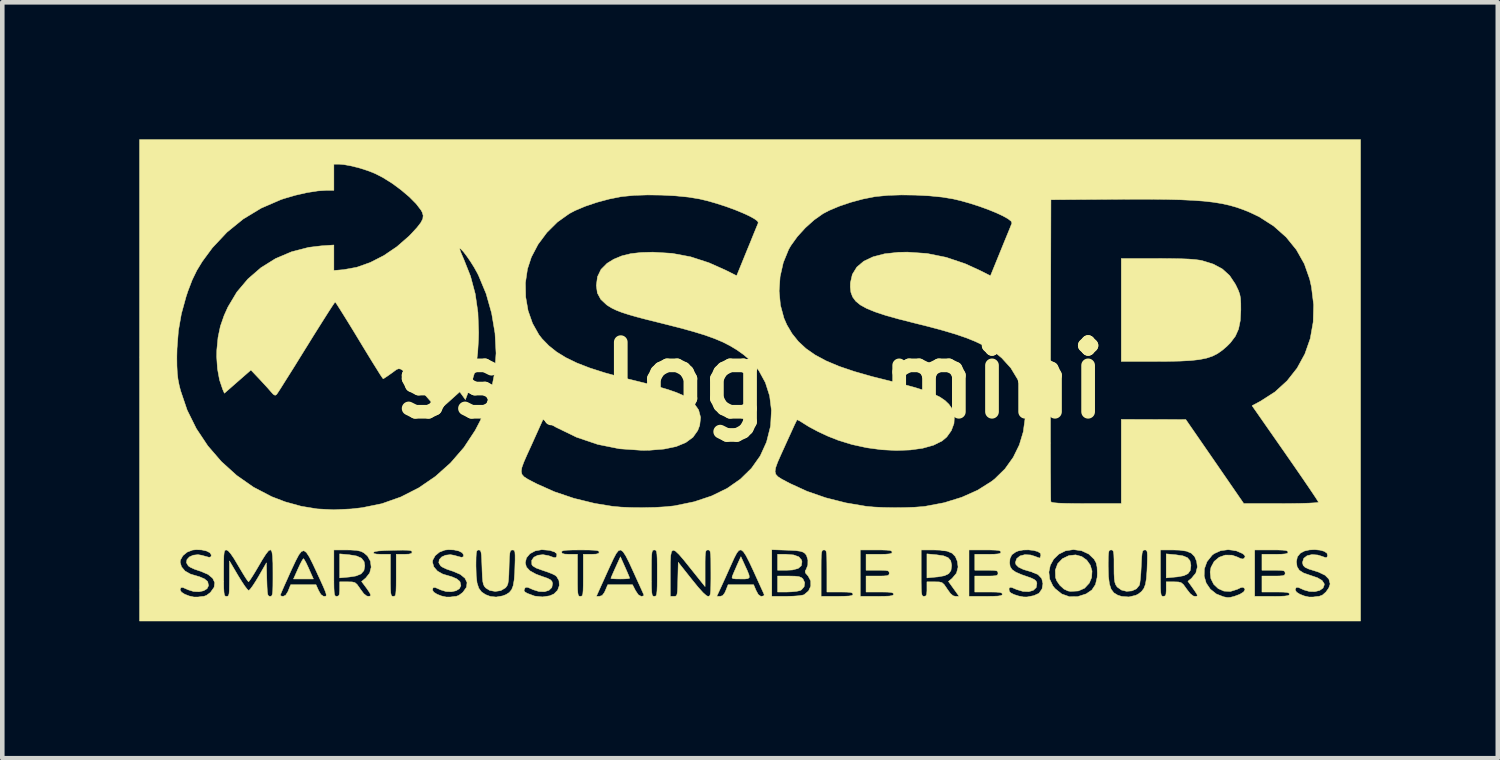
<source format=kicad_pcb>
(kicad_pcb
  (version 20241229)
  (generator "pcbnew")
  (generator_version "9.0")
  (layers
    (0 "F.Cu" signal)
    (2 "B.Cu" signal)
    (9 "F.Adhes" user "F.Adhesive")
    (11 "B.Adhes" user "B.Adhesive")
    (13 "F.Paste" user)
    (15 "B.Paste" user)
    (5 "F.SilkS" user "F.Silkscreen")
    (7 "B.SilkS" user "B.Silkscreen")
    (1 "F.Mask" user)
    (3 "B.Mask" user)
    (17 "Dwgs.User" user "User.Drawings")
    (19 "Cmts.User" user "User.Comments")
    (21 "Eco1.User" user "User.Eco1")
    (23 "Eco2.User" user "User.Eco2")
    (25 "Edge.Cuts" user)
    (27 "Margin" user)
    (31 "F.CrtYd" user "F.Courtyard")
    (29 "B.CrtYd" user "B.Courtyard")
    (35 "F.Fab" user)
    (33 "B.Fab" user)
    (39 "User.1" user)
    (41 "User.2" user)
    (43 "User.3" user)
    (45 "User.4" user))
  (footprint "ssr_logo_mini"
    (layer "F.Cu")
    (at 13.372 5.276)
    (property "Reference" "ssr_logo_mini" (at 0 0 0) (layer "F.SilkS") (effects (font (size 1.524 1.524) (thickness 0.3))))
    (attr through_hole)
    (fp_poly (pts (xy -9.756 3.932) (xy -9.717 4.003) (xy -9.669 4.105) (xy -9.659 4.128) (xy -9.56 4.35) (xy -9.996 4.35) (xy -9.897 4.128) (xy -9.848 4.022) (xy -9.806 3.943) (xy -9.78 3.906) (xy -9.778 3.905) (xy -9.756 3.932)) (stroke (width 0.01) (type solid)) (fill yes) (layer "F.SilkS"))
    (fp_poly (pts (xy -8.772 3.821) (xy -8.612 3.848) (xy -8.507 3.896) (xy -8.45 3.971) (xy -8.435 4.064) (xy -8.454 4.166) (xy -8.516 4.238) (xy -8.626 4.284) (xy -8.772 4.307) (xy -8.985 4.327) (xy -8.985 3.801) (xy -8.772 3.821)) (stroke (width 0.01) (type solid)) (fill yes) (layer "F.SilkS"))
    (fp_poly (pts (xy 0.786 3.81) (xy 0.954 3.824) (xy 1.067 3.865) (xy 1.127 3.934) (xy 1.137 3.974) (xy 1.122 4.061) (xy 1.053 4.12) (xy 0.927 4.153) (xy 0.803 4.159) (xy 0.603 4.159) (xy 0.603 3.81) (xy 0.786 3.81)) (stroke (width 0.01) (type solid)) (fill yes) (layer "F.SilkS"))
    (fp_poly (pts (xy 4.084 3.821) (xy 4.238 3.844) (xy 4.338 3.885) (xy 4.394 3.95) (xy 4.413 4.046) (xy 4.413 4.064) (xy 4.399 4.165) (xy 4.35 4.234) (xy 4.257 4.279) (xy 4.112 4.305) (xy 4.084 4.307) (xy 3.873 4.327) (xy 3.873 3.801) (xy 4.084 3.821)) (stroke (width 0.01) (type solid)) (fill yes) (layer "F.SilkS"))
    (fp_poly (pts (xy 9.323 3.821) (xy 9.477 3.844) (xy 9.577 3.885) (xy 9.632 3.95) (xy 9.652 4.046) (xy 9.652 4.064) (xy 9.638 4.165) (xy 9.588 4.234) (xy 9.496 4.279) (xy 9.351 4.305) (xy 9.323 4.307) (xy 9.112 4.327) (xy 9.112 3.801) (xy 9.323 3.821)) (stroke (width 0.01) (type solid)) (fill yes) (layer "F.SilkS"))
    (fp_poly (pts (xy 0.985 4.289) (xy 1.071 4.299) (xy 1.125 4.32) (xy 1.158 4.348) (xy 1.197 4.432) (xy 1.184 4.52) (xy 1.124 4.589) (xy 1.092 4.605) (xy 1.018 4.621) (xy 0.907 4.632) (xy 0.808 4.636) (xy 0.603 4.636) (xy 0.603 4.286) (xy 0.852 4.286) (xy 0.985 4.289)) (stroke (width 0.01) (type solid)) (fill yes) (layer "F.SilkS"))
    (fp_poly (pts (xy -2.737 4.092) (xy -2.689 4.201) (xy -2.653 4.285) (xy -2.636 4.331) (xy -2.635 4.334) (xy -2.664 4.342) (xy -2.74 4.348) (xy -2.842 4.35) (xy -2.947 4.348) (xy -3.021 4.344) (xy -3.048 4.338) (xy -3.036 4.306) (xy -3.003 4.23) (xy -2.957 4.126) (xy -2.943 4.096) (xy -2.838 3.865) (xy -2.737 4.092)) (stroke (width 0.01) (type solid)) (fill yes) (layer "F.SilkS"))
    (fp_poly (pts (xy -0.119 4.04) (xy -0.056 4.177) (xy -0.021 4.267) (xy -0.017 4.318) (xy -0.046 4.342) (xy -0.111 4.35) (xy -0.203 4.35) (xy -0.314 4.349) (xy -0.374 4.342) (xy -0.394 4.325) (xy -0.389 4.293) (xy -0.383 4.278) (xy -0.355 4.21) (xy -0.311 4.11) (xy -0.278 4.034) (xy -0.2 3.862) (xy -0.119 4.04)) (stroke (width 0.01) (type solid)) (fill yes) (layer "F.SilkS"))
    (fp_poly (pts (xy 7.262 3.859) (xy 7.371 3.937) (xy 7.449 4.047) (xy 7.488 4.177) (xy 7.479 4.318) (xy 7.429 4.439) (xy 7.325 4.552) (xy 7.188 4.613) (xy 7.02 4.622) (xy 6.961 4.613) (xy 6.873 4.571) (xy 6.784 4.49) (xy 6.715 4.391) (xy 6.689 4.32) (xy 6.684 4.156) (xy 6.736 4.015) (xy 6.84 3.906) (xy 6.98 3.839) (xy 7.129 3.823) (xy 7.262 3.859)) (stroke (width 0.01) (type solid)) (fill yes) (layer "F.SilkS"))
    (fp_poly (pts (xy 8.914 -2.667) (xy 9.197 -2.665) (xy 9.425 -2.661) (xy 9.605 -2.654) (xy 9.744 -2.643) (xy 9.851 -2.629) (xy 9.9 -2.619) (xy 10.147 -2.542) (xy 10.344 -2.435) (xy 10.501 -2.292) (xy 10.624 -2.107) (xy 10.643 -2.07) (xy 10.692 -1.967) (xy 10.722 -1.883) (xy 10.739 -1.796) (xy 10.745 -1.687) (xy 10.746 -1.54) (xy 10.734 -1.309) (xy 10.696 -1.122) (xy 10.626 -0.965) (xy 10.518 -0.822) (xy 10.443 -0.746) (xy 10.339 -0.657) (xy 10.235 -0.584) (xy 10.122 -0.527) (xy 9.992 -0.484) (xy 9.837 -0.453) (xy 9.648 -0.432) (xy 9.418 -0.42) (xy 9.139 -0.414) (xy 8.904 -0.413) (xy 8.128 -0.413) (xy 8.128 -2.667) (xy 8.914 -2.667)) (stroke (width 0.01) (type solid)) (fill yes) (layer "F.SilkS"))
    (fp_poly (pts (xy 13.367 5.271) (xy -13.367 5.271) (xy -13.367 3.982) (xy -12.478 3.982) (xy -12.448 4.085) (xy -12.37 4.177) (xy -12.255 4.242) (xy -12.214 4.255) (xy -12.053 4.302) (xy -11.946 4.348) (xy -11.885 4.398) (xy -11.873 4.415) (xy -11.856 4.497) (xy -11.889 4.563) (xy -11.962 4.608) (xy -12.063 4.63) (xy -12.181 4.625) (xy -12.304 4.587) (xy -12.327 4.576) (xy -12.415 4.538) (xy -12.461 4.539) (xy -12.477 4.579) (xy -12.478 4.592) (xy -12.449 4.639) (xy -12.377 4.685) (xy -12.279 4.723) (xy -12.175 4.746) (xy -12.084 4.745) (xy -12.081 4.745) (xy -11.997 4.733) (xy -11.959 4.731) (xy -11.901 4.71) (xy -11.828 4.656) (xy -11.809 4.638) (xy -11.734 4.532) (xy -11.72 4.429) (xy -11.766 4.334) (xy -11.867 4.25) (xy -11.931 4.223) (xy -11.525 4.223) (xy -11.525 4.413) (xy -11.523 4.548) (xy -11.518 4.639) (xy -11.51 4.693) (xy -11.497 4.72) (xy -11.478 4.73) (xy -11.462 4.731) (xy -11.435 4.727) (xy -11.417 4.709) (xy -11.406 4.666) (xy -11.401 4.588) (xy -11.399 4.465) (xy -11.398 4.344) (xy -11.398 3.956) (xy -11.207 4.28) (xy -11.129 4.406) (xy -11.06 4.51) (xy -11.006 4.579) (xy -10.977 4.604) (xy -10.946 4.577) (xy -10.893 4.507) (xy -10.825 4.403) (xy -10.763 4.3) (xy -10.589 3.997) (xy -10.58 4.364) (xy -10.575 4.521) (xy -10.569 4.626) (xy -10.56 4.689) (xy -10.544 4.72) (xy -10.522 4.73) (xy -10.508 4.731) (xy -10.485 4.728) (xy -10.468 4.712) (xy -10.467 4.707) (xy -10.285 4.707) (xy -10.26 4.726) (xy -10.223 4.731) (xy -10.168 4.706) (xy -10.118 4.627) (xy -10.109 4.604) (xy -10.058 4.477) (xy -9.503 4.477) (xy -9.446 4.604) (xy -9.396 4.691) (xy -9.342 4.728) (xy -9.316 4.731) (xy -9.291 4.728) (xy -9.279 4.714) (xy -9.281 4.68) (xy -9.301 4.62) (xy -9.341 4.524) (xy -9.403 4.386) (xy -9.475 4.231) (xy -9.478 4.223) (xy -9.112 4.223) (xy -9.112 4.413) (xy -9.11 4.548) (xy -9.105 4.639) (xy -9.097 4.693) (xy -9.084 4.72) (xy -9.065 4.73) (xy -9.049 4.731) (xy -9.011 4.722) (xy -8.992 4.687) (xy -8.986 4.609) (xy -8.985 4.572) (xy -8.985 4.413) (xy -8.811 4.413) (xy -8.713 4.415) (xy -8.651 4.43) (xy -8.604 4.47) (xy -8.548 4.548) (xy -8.533 4.571) (xy -8.457 4.673) (xy -8.393 4.723) (xy -8.357 4.73) (xy -8.316 4.725) (xy -8.306 4.701) (xy -8.329 4.65) (xy -8.388 4.563) (xy -8.425 4.513) (xy -8.505 4.406) (xy -8.413 4.328) (xy -8.328 4.22) (xy -8.295 4.093) (xy -8.311 3.962) (xy -8.376 3.846) (xy -8.459 3.775) (xy -8.468 3.77) (xy -8.247 3.77) (xy -8.235 3.794) (xy -8.175 3.806) (xy -8.067 3.81) (xy -7.874 3.81) (xy -7.874 4.27) (xy -7.874 4.45) (xy -7.871 4.575) (xy -7.866 4.657) (xy -7.856 4.703) (xy -7.841 4.725) (xy -7.818 4.731) (xy -7.811 4.731) (xy -7.786 4.728) (xy -7.768 4.712) (xy -7.757 4.673) (xy -7.751 4.603) (xy -7.748 4.491) (xy -7.747 4.328) (xy -7.747 4.27) (xy -7.747 3.982) (xy -6.953 3.982) (xy -6.924 4.085) (xy -6.845 4.177) (xy -6.731 4.242) (xy -6.69 4.255) (xy -6.528 4.302) (xy -6.422 4.348) (xy -6.361 4.398) (xy -6.349 4.415) (xy -6.331 4.497) (xy -6.364 4.563) (xy -6.437 4.608) (xy -6.538 4.63) (xy -6.656 4.625) (xy -6.78 4.587) (xy -6.802 4.576) (xy -6.89 4.538) (xy -6.937 4.539) (xy -6.953 4.579) (xy -6.953 4.592) (xy -6.925 4.639) (xy -6.852 4.685) (xy -6.755 4.723) (xy -6.651 4.746) (xy -6.56 4.745) (xy -6.556 4.745) (xy -6.472 4.733) (xy -6.435 4.731) (xy -6.377 4.71) (xy -6.304 4.656) (xy -6.284 4.638) (xy -6.209 4.532) (xy -6.196 4.429) (xy -6.241 4.334) (xy -6.343 4.25) (xy -6.499 4.183) (xy -6.529 4.174) (xy -6.64 4.136) (xy -6.732 4.093) (xy -6.77 4.067) (xy -6.001 4.067) (xy -5.995 4.279) (xy -5.977 4.437) (xy -5.939 4.553) (xy -5.879 4.634) (xy -5.791 4.693) (xy -5.685 4.733) (xy -5.559 4.746) (xy -5.418 4.721) (xy -5.342 4.692) (xy -5.272 4.647) (xy -5.231 4.598) (xy -4.95 4.598) (xy -4.929 4.634) (xy -4.878 4.665) (xy -4.716 4.725) (xy -4.544 4.743) (xy -4.385 4.719) (xy -4.293 4.678) (xy -4.213 4.597) (xy -4.176 4.494) (xy -4.183 4.387) (xy -4.234 4.297) (xy -4.267 4.27) (xy -4.331 4.238) (xy -4.434 4.198) (xy -4.547 4.16) (xy -4.681 4.111) (xy -4.758 4.064) (xy -4.778 4.033) (xy -4.78 3.943) (xy -4.732 3.874) (xy -4.646 3.831) (xy -4.533 3.818) (xy -4.405 3.842) (xy -4.378 3.852) (xy -4.297 3.881) (xy -4.255 3.883) (xy -4.235 3.86) (xy -4.233 3.854) (xy -4.23 3.8) (xy -4.272 3.762) (xy -4.128 3.762) (xy -4.112 3.791) (xy -4.057 3.806) (xy -3.953 3.81) (xy -3.778 3.81) (xy -3.778 4.27) (xy -3.778 4.45) (xy -3.776 4.575) (xy -3.77 4.657) (xy -3.761 4.703) (xy -3.745 4.725) (xy -3.723 4.731) (xy -3.715 4.731) (xy -3.365 4.731) (xy -3.294 4.73) (xy -3.237 4.711) (xy -3.189 4.646) (xy -3.169 4.603) (xy -3.116 4.477) (xy -2.573 4.477) (xy -2.508 4.604) (xy -2.446 4.697) (xy -2.383 4.731) (xy -2.378 4.731) (xy -2.33 4.72) (xy -2.323 4.703) (xy -2.339 4.667) (xy -2.377 4.582) (xy -2.432 4.461) (xy -2.5 4.312) (xy -2.54 4.223) (xy -2.159 4.223) (xy -2.159 4.413) (xy -2.157 4.548) (xy -2.152 4.639) (xy -2.144 4.693) (xy -2.131 4.72) (xy -2.111 4.73) (xy -2.095 4.731) (xy -2.072 4.728) (xy -2.055 4.713) (xy -2.044 4.677) (xy -2.037 4.61) (xy -2.033 4.504) (xy -2.032 4.35) (xy -2.032 4.223) (xy -1.746 4.223) (xy -1.746 4.731) (xy -1.668 4.731) (xy -1.635 4.729) (xy -1.612 4.716) (xy -1.598 4.683) (xy -1.589 4.617) (xy -1.584 4.508) (xy -1.581 4.358) (xy -1.572 3.986) (xy -1.277 4.358) (xy -1.136 4.531) (xy -1.029 4.65) (xy -0.954 4.716) (xy -0.92 4.731) (xy -0.729 4.731) (xy -0.655 4.731) (xy -0.599 4.715) (xy -0.555 4.657) (xy -0.531 4.604) (xy -0.481 4.477) (xy -0.201 4.477) (xy 0.079 4.477) (xy 0.133 4.604) (xy 0.181 4.692) (xy 0.233 4.728) (xy 0.255 4.731) (xy 0.476 4.731) (xy 0.796 4.731) (xy 0.947 4.727) (xy 1.074 4.717) (xy 1.162 4.702) (xy 1.185 4.694) (xy 1.281 4.612) (xy 1.33 4.506) (xy 1.328 4.392) (xy 1.272 4.286) (xy 1.26 4.273) (xy 1.217 4.223) (xy 1.556 4.223) (xy 1.556 4.731) (xy 1.905 4.731) (xy 2.061 4.729) (xy 2.164 4.724) (xy 2.224 4.714) (xy 2.25 4.698) (xy 2.254 4.683) (xy 2.243 4.66) (xy 2.202 4.645) (xy 2.121 4.638) (xy 1.989 4.636) (xy 1.968 4.636) (xy 1.683 4.636) (xy 1.683 4.175) (xy 1.682 3.996) (xy 1.68 3.87) (xy 1.675 3.789) (xy 1.665 3.742) (xy 1.65 3.721) (xy 1.627 3.715) (xy 1.619 3.715) (xy 2.413 3.715) (xy 2.413 4.731) (xy 2.778 4.731) (xy 2.938 4.729) (xy 3.045 4.725) (xy 3.108 4.715) (xy 3.138 4.7) (xy 3.143 4.683) (xy 3.132 4.66) (xy 3.093 4.646) (xy 3.014 4.638) (xy 2.885 4.636) (xy 2.842 4.636) (xy 2.54 4.636) (xy 2.54 4.286) (xy 2.794 4.286) (xy 2.921 4.285) (xy 2.996 4.279) (xy 3.034 4.265) (xy 3.047 4.239) (xy 3.048 4.223) (xy 3.747 4.223) (xy 3.747 4.413) (xy 3.749 4.548) (xy 3.753 4.639) (xy 3.762 4.693) (xy 3.775 4.72) (xy 3.794 4.73) (xy 3.81 4.731) (xy 3.848 4.722) (xy 3.867 4.687) (xy 3.873 4.609) (xy 3.873 4.572) (xy 3.873 4.413) (xy 4.045 4.413) (xy 4.141 4.415) (xy 4.202 4.43) (xy 4.249 4.471) (xy 4.304 4.55) (xy 4.318 4.572) (xy 4.388 4.669) (xy 4.446 4.718) (xy 4.499 4.731) (xy 4.578 4.731) (xy 4.461 4.568) (xy 4.344 4.405) (xy 4.425 4.337) (xy 4.52 4.224) (xy 4.555 4.09) (xy 4.539 3.964) (xy 4.495 3.859) (xy 4.424 3.786) (xy 4.315 3.741) (xy 4.16 3.719) (xy 4.024 3.715) (xy 3.747 3.715) (xy 4.794 3.715) (xy 4.794 4.731) (xy 5.159 4.731) (xy 5.32 4.729) (xy 5.426 4.725) (xy 5.49 4.715) (xy 5.519 4.7) (xy 5.524 4.683) (xy 5.514 4.66) (xy 5.474 4.646) (xy 5.395 4.638) (xy 5.267 4.636) (xy 5.223 4.636) (xy 4.921 4.636) (xy 4.921 4.563) (xy 5.669 4.563) (xy 5.677 4.62) (xy 5.707 4.654) (xy 5.78 4.691) (xy 5.884 4.724) (xy 5.989 4.744) (xy 6.064 4.745) (xy 6.128 4.732) (xy 6.215 4.715) (xy 6.215 4.715) (xy 6.326 4.664) (xy 6.393 4.569) (xy 6.413 4.454) (xy 6.386 4.339) (xy 6.304 4.253) (xy 6.175 4.199) (xy 6.543 4.199) (xy 6.56 4.353) (xy 6.63 4.501) (xy 6.677 4.56) (xy 6.825 4.679) (xy 6.992 4.738) (xy 7.174 4.736) (xy 7.359 4.677) (xy 7.484 4.592) (xy 7.563 4.473) (xy 7.6 4.314) (xy 7.604 4.223) (xy 7.598 4.091) (xy 7.596 4.081) (xy 7.842 4.081) (xy 7.848 4.296) (xy 7.868 4.457) (xy 7.905 4.573) (xy 7.965 4.653) (xy 8.05 4.705) (xy 8.136 4.732) (xy 8.295 4.744) (xy 8.446 4.708) (xy 8.501 4.68) (xy 8.572 4.625) (xy 8.622 4.559) (xy 8.657 4.468) (xy 8.678 4.342) (xy 8.687 4.223) (xy 8.985 4.223) (xy 8.986 4.413) (xy 8.987 4.548) (xy 8.992 4.639) (xy 9 4.693) (xy 9.014 4.72) (xy 9.033 4.73) (xy 9.049 4.731) (xy 9.087 4.722) (xy 9.106 4.687) (xy 9.112 4.609) (xy 9.112 4.572) (xy 9.112 4.413) (xy 9.282 4.413) (xy 9.377 4.416) (xy 9.438 4.431) (xy 9.487 4.471) (xy 9.545 4.55) (xy 9.56 4.572) (xy 9.639 4.673) (xy 9.704 4.723) (xy 9.741 4.731) (xy 9.781 4.728) (xy 9.795 4.714) (xy 9.781 4.678) (xy 9.736 4.61) (xy 9.677 4.526) (xy 9.587 4.401) (xy 9.666 4.336) (xy 9.706 4.287) (xy 9.943 4.287) (xy 9.987 4.44) (xy 10.078 4.574) (xy 10.21 4.679) (xy 10.366 4.74) (xy 10.447 4.756) (xy 10.511 4.754) (xy 10.596 4.733) (xy 10.601 4.732) (xy 10.724 4.686) (xy 10.806 4.635) (xy 10.837 4.585) (xy 10.826 4.556) (xy 10.794 4.533) (xy 10.746 4.539) (xy 10.664 4.578) (xy 10.517 4.624) (xy 10.375 4.616) (xy 10.251 4.561) (xy 10.152 4.467) (xy 10.09 4.343) (xy 10.074 4.198) (xy 10.092 4.097) (xy 10.161 3.967) (xy 10.271 3.875) (xy 10.406 3.827) (xy 10.552 3.829) (xy 10.665 3.868) (xy 10.747 3.906) (xy 10.795 3.913) (xy 10.826 3.89) (xy 10.841 3.851) (xy 10.806 3.81) (xy 10.78 3.792) (xy 10.634 3.729) (xy 10.517 3.715) (xy 11.049 3.715) (xy 11.049 4.731) (xy 11.43 4.731) (xy 11.594 4.73) (xy 11.705 4.725) (xy 11.771 4.716) (xy 11.803 4.702) (xy 11.811 4.683) (xy 11.8 4.66) (xy 11.761 4.646) (xy 11.682 4.638) (xy 11.553 4.636) (xy 11.509 4.636) (xy 11.208 4.636) (xy 11.208 4.592) (xy 11.938 4.592) (xy 11.966 4.639) (xy 12.039 4.685) (xy 12.137 4.723) (xy 12.24 4.746) (xy 12.331 4.745) (xy 12.335 4.745) (xy 12.419 4.733) (xy 12.456 4.731) (xy 12.531 4.704) (xy 12.608 4.637) (xy 12.67 4.55) (xy 12.7 4.464) (xy 12.7 4.453) (xy 12.673 4.353) (xy 12.591 4.269) (xy 12.45 4.201) (xy 12.367 4.174) (xy 12.234 4.133) (xy 12.153 4.095) (xy 12.111 4.053) (xy 12.097 3.998) (xy 12.097 3.983) (xy 12.124 3.898) (xy 12.197 3.841) (xy 12.304 3.816) (xy 12.431 3.826) (xy 12.523 3.855) (xy 12.595 3.881) (xy 12.629 3.878) (xy 12.645 3.843) (xy 12.646 3.841) (xy 12.633 3.787) (xy 12.572 3.745) (xy 12.478 3.719) (xy 12.364 3.708) (xy 12.246 3.714) (xy 12.137 3.739) (xy 12.052 3.784) (xy 12.048 3.787) (xy 11.984 3.865) (xy 11.964 3.964) (xy 11.963 3.98) (xy 11.978 4.084) (xy 12.027 4.161) (xy 12.12 4.22) (xy 12.265 4.27) (xy 12.424 4.324) (xy 12.524 4.383) (xy 12.569 4.45) (xy 12.573 4.478) (xy 12.545 4.55) (xy 12.472 4.601) (xy 12.367 4.627) (xy 12.247 4.624) (xy 12.127 4.59) (xy 12.101 4.578) (xy 12.009 4.537) (xy 11.958 4.536) (xy 11.939 4.575) (xy 11.938 4.592) (xy 11.208 4.592) (xy 11.208 4.286) (xy 11.462 4.286) (xy 11.588 4.285) (xy 11.664 4.279) (xy 11.702 4.265) (xy 11.715 4.239) (xy 11.716 4.223) (xy 11.71 4.191) (xy 11.686 4.172) (xy 11.63 4.163) (xy 11.529 4.159) (xy 11.462 4.159) (xy 11.208 4.159) (xy 11.208 3.81) (xy 11.493 3.81) (xy 11.633 3.808) (xy 11.72 3.801) (xy 11.765 3.788) (xy 11.779 3.766) (xy 11.779 3.762) (xy 11.769 3.741) (xy 11.734 3.728) (xy 11.662 3.719) (xy 11.544 3.715) (xy 11.414 3.715) (xy 11.049 3.715) (xy 10.517 3.715) (xy 10.468 3.709) (xy 10.304 3.731) (xy 10.162 3.795) (xy 10.116 3.831) (xy 10.004 3.972) (xy 9.948 4.128) (xy 9.943 4.287) (xy 9.706 4.287) (xy 9.76 4.223) (xy 9.794 4.088) (xy 9.778 3.964) (xy 9.734 3.859) (xy 9.662 3.786) (xy 9.554 3.741) (xy 9.399 3.719) (xy 9.263 3.715) (xy 8.985 3.715) (xy 8.985 4.223) (xy 8.687 4.223) (xy 8.691 4.169) (xy 8.694 4.092) (xy 8.699 3.932) (xy 8.7 3.825) (xy 8.695 3.761) (xy 8.684 3.728) (xy 8.664 3.716) (xy 8.644 3.715) (xy 8.616 3.719) (xy 8.597 3.74) (xy 8.584 3.788) (xy 8.575 3.874) (xy 8.568 4.009) (xy 8.565 4.072) (xy 8.557 4.221) (xy 8.546 4.351) (xy 8.534 4.445) (xy 8.525 4.486) (xy 8.46 4.566) (xy 8.361 4.611) (xy 8.245 4.621) (xy 8.132 4.593) (xy 8.04 4.527) (xy 8.034 4.519) (xy 8.005 4.475) (xy 7.987 4.421) (xy 7.976 4.344) (xy 7.97 4.231) (xy 7.969 4.076) (xy 7.969 3.92) (xy 7.965 3.817) (xy 7.957 3.755) (xy 7.943 3.725) (xy 7.92 3.715) (xy 7.906 3.715) (xy 7.879 3.719) (xy 7.86 3.737) (xy 7.85 3.782) (xy 7.844 3.862) (xy 7.842 3.99) (xy 7.842 4.081) (xy 7.596 4.081) (xy 7.578 3.998) (xy 7.536 3.922) (xy 7.533 3.917) (xy 7.417 3.805) (xy 7.261 3.733) (xy 7.081 3.707) (xy 6.907 3.734) (xy 6.761 3.807) (xy 6.648 3.916) (xy 6.574 4.05) (xy 6.543 4.199) (xy 6.175 4.199) (xy 6.165 4.195) (xy 6.153 4.192) (xy 5.987 4.143) (xy 5.878 4.091) (xy 5.822 4.035) (xy 5.81 3.989) (xy 5.838 3.905) (xy 5.911 3.846) (xy 6.017 3.818) (xy 6.142 3.825) (xy 6.232 3.853) (xy 6.306 3.881) (xy 6.347 3.892) (xy 6.35 3.89) (xy 6.36 3.854) (xy 6.368 3.833) (xy 6.358 3.787) (xy 6.299 3.75) (xy 6.207 3.725) (xy 6.095 3.713) (xy 5.978 3.716) (xy 5.871 3.737) (xy 5.818 3.759) (xy 5.732 3.82) (xy 5.692 3.902) (xy 5.683 3.997) (xy 5.695 4.08) (xy 5.737 4.145) (xy 5.818 4.201) (xy 5.948 4.257) (xy 6.018 4.281) (xy 6.144 4.325) (xy 6.22 4.36) (xy 6.261 4.393) (xy 6.278 4.432) (xy 6.28 4.45) (xy 6.265 4.539) (xy 6.202 4.599) (xy 6.102 4.628) (xy 5.977 4.623) (xy 5.836 4.581) (xy 5.821 4.574) (xy 5.738 4.539) (xy 5.695 4.533) (xy 5.673 4.554) (xy 5.669 4.563) (xy 4.921 4.563) (xy 4.921 4.286) (xy 5.175 4.286) (xy 5.302 4.285) (xy 5.378 4.279) (xy 5.416 4.265) (xy 5.428 4.239) (xy 5.429 4.223) (xy 5.424 4.191) (xy 5.4 4.172) (xy 5.343 4.163) (xy 5.242 4.159) (xy 5.175 4.159) (xy 4.921 4.159) (xy 4.921 3.81) (xy 5.207 3.81) (xy 5.346 3.808) (xy 5.433 3.801) (xy 5.478 3.788) (xy 5.493 3.766) (xy 5.493 3.762) (xy 5.483 3.741) (xy 5.446 3.727) (xy 5.373 3.719) (xy 5.253 3.715) (xy 5.144 3.715) (xy 4.794 3.715) (xy 3.747 3.715) (xy 3.747 4.223) (xy 3.048 4.223) (xy 3.043 4.191) (xy 3.018 4.172) (xy 2.962 4.163) (xy 2.861 4.159) (xy 2.794 4.159) (xy 2.54 4.159) (xy 2.54 3.81) (xy 2.826 3.81) (xy 2.965 3.808) (xy 3.052 3.801) (xy 3.097 3.788) (xy 3.111 3.766) (xy 3.111 3.762) (xy 3.102 3.741) (xy 3.065 3.727) (xy 2.992 3.719) (xy 2.871 3.715) (xy 2.762 3.715) (xy 2.413 3.715) (xy 1.619 3.715) (xy 1.596 3.718) (xy 1.579 3.733) (xy 1.567 3.769) (xy 1.56 3.835) (xy 1.557 3.941) (xy 1.556 4.096) (xy 1.556 4.223) (xy 1.217 4.223) (xy 1.212 4.216) (xy 1.208 4.174) (xy 1.228 4.141) (xy 1.265 4.047) (xy 1.267 3.935) (xy 1.236 3.833) (xy 1.203 3.791) (xy 1.16 3.762) (xy 1.098 3.743) (xy 1.004 3.73) (xy 0.864 3.722) (xy 0.806 3.72) (xy 0.476 3.709) (xy 0.476 4.731) (xy 0.255 4.731) (xy 0.305 4.717) (xy 0.309 4.691) (xy 0.291 4.65) (xy 0.251 4.562) (xy 0.194 4.437) (xy 0.126 4.287) (xy 0.079 4.183) (xy -0.014 3.984) (xy -0.088 3.84) (xy -0.147 3.751) (xy -0.197 3.713) (xy -0.244 3.725) (xy -0.291 3.784) (xy -0.345 3.887) (xy -0.386 3.977) (xy -0.458 4.137) (xy -0.537 4.314) (xy -0.609 4.471) (xy -0.615 4.485) (xy -0.729 4.731) (xy -0.92 4.731) (xy -0.896 4.728) (xy -0.88 4.712) (xy -0.869 4.675) (xy -0.862 4.607) (xy -0.859 4.499) (xy -0.857 4.343) (xy -0.857 4.223) (xy -0.858 4.033) (xy -0.859 3.897) (xy -0.864 3.807) (xy -0.872 3.753) (xy -0.886 3.725) (xy -0.905 3.716) (xy -0.921 3.715) (xy -0.947 3.718) (xy -0.965 3.736) (xy -0.976 3.778) (xy -0.982 3.854) (xy -0.984 3.975) (xy -0.984 4.116) (xy -0.984 4.517) (xy -1.305 4.116) (xy -1.447 3.939) (xy -1.555 3.813) (xy -1.634 3.739) (xy -1.687 3.719) (xy -1.72 3.753) (xy -1.738 3.843) (xy -1.745 3.989) (xy -1.746 4.194) (xy -1.746 4.223) (xy -2.032 4.223) (xy -2.032 4.033) (xy -2.034 3.897) (xy -2.039 3.807) (xy -2.047 3.753) (xy -2.06 3.725) (xy -2.08 3.716) (xy -2.095 3.715) (xy -2.119 3.718) (xy -2.136 3.733) (xy -2.147 3.769) (xy -2.154 3.835) (xy -2.158 3.941) (xy -2.159 4.096) (xy -2.159 4.223) (xy -2.54 4.223) (xy -2.553 4.195) (xy -2.646 3.992) (xy -2.72 3.846) (xy -2.78 3.754) (xy -2.831 3.716) (xy -2.88 3.73) (xy -2.931 3.794) (xy -2.991 3.907) (xy -3.06 4.056) (xy -3.131 4.211) (xy -3.199 4.363) (xy -3.258 4.492) (xy -3.29 4.564) (xy -3.365 4.731) (xy -3.715 4.731) (xy -3.69 4.728) (xy -3.673 4.712) (xy -3.661 4.673) (xy -3.655 4.603) (xy -3.652 4.491) (xy -3.651 4.328) (xy -3.651 4.27) (xy -3.651 3.81) (xy -3.477 3.81) (xy -3.371 3.806) (xy -3.317 3.791) (xy -3.302 3.762) (xy -3.311 3.743) (xy -3.345 3.729) (xy -3.413 3.721) (xy -3.524 3.716) (xy -3.689 3.715) (xy -3.715 3.715) (xy -3.887 3.716) (xy -4.004 3.72) (xy -4.078 3.728) (xy -4.115 3.74) (xy -4.127 3.759) (xy -4.128 3.762) (xy -4.272 3.762) (xy -4.274 3.761) (xy -4.373 3.728) (xy -4.397 3.723) (xy -4.56 3.709) (xy -4.705 3.736) (xy -4.82 3.798) (xy -4.896 3.889) (xy -4.921 3.997) (xy -4.896 4.09) (xy -4.819 4.172) (xy -4.685 4.246) (xy -4.554 4.294) (xy -4.438 4.334) (xy -4.37 4.368) (xy -4.337 4.403) (xy -4.324 4.449) (xy -4.324 4.45) (xy -4.34 4.538) (xy -4.402 4.598) (xy -4.5 4.629) (xy -4.621 4.625) (xy -4.752 4.584) (xy -4.778 4.572) (xy -4.862 4.535) (xy -4.909 4.533) (xy -4.927 4.548) (xy -4.95 4.598) (xy -5.231 4.598) (xy -5.221 4.587) (xy -5.187 4.5) (xy -5.165 4.375) (xy -5.152 4.203) (xy -5.149 4.104) (xy -5.144 3.941) (xy -5.144 3.832) (xy -5.148 3.765) (xy -5.16 3.73) (xy -5.179 3.717) (xy -5.201 3.715) (xy -5.228 3.719) (xy -5.247 3.738) (xy -5.259 3.782) (xy -5.267 3.863) (xy -5.273 3.99) (xy -5.276 4.095) (xy -5.281 4.259) (xy -5.289 4.372) (xy -5.3 4.447) (xy -5.319 4.497) (xy -5.346 4.534) (xy -5.359 4.547) (xy -5.457 4.605) (xy -5.579 4.623) (xy -5.7 4.601) (xy -5.786 4.547) (xy -5.817 4.511) (xy -5.838 4.467) (xy -5.852 4.402) (xy -5.861 4.304) (xy -5.867 4.16) (xy -5.869 4.095) (xy -5.875 3.934) (xy -5.881 3.826) (xy -5.891 3.76) (xy -5.906 3.727) (xy -5.928 3.716) (xy -5.941 3.715) (xy -5.967 3.72) (xy -5.984 3.741) (xy -5.994 3.79) (xy -5.999 3.878) (xy -6.001 4.015) (xy -6.001 4.067) (xy -6.77 4.067) (xy -6.774 4.064) (xy -6.815 3.994) (xy -6.804 3.926) (xy -6.751 3.868) (xy -6.667 3.83) (xy -6.562 3.818) (xy -6.481 3.832) (xy -6.392 3.857) (xy -6.324 3.875) (xy -6.318 3.877) (xy -6.279 3.864) (xy -6.271 3.826) (xy -6.3 3.777) (xy -6.375 3.738) (xy -6.482 3.714) (xy -6.603 3.709) (xy -6.681 3.717) (xy -6.799 3.762) (xy -6.893 3.839) (xy -6.946 3.935) (xy -6.953 3.982) (xy -7.747 3.982) (xy -7.747 3.81) (xy -7.572 3.81) (xy -7.468 3.806) (xy -7.414 3.791) (xy -7.398 3.762) (xy -7.398 3.761) (xy -7.406 3.742) (xy -7.436 3.729) (xy -7.498 3.721) (xy -7.602 3.719) (xy -7.757 3.721) (xy -7.816 3.722) (xy -8.004 3.728) (xy -8.135 3.737) (xy -8.214 3.75) (xy -8.246 3.768) (xy -8.247 3.77) (xy -8.468 3.77) (xy -8.528 3.743) (xy -8.618 3.724) (xy -8.745 3.716) (xy -8.834 3.715) (xy -9.112 3.715) (xy -9.112 4.223) (xy -9.478 4.223) (xy -9.573 4.02) (xy -9.65 3.867) (xy -9.713 3.771) (xy -9.768 3.731) (xy -9.821 3.748) (xy -9.879 3.821) (xy -9.947 3.95) (xy -10.034 4.135) (xy -10.067 4.207) (xy -10.139 4.368) (xy -10.202 4.508) (xy -10.25 4.618) (xy -10.279 4.688) (xy -10.285 4.707) (xy -10.467 4.707) (xy -10.457 4.675) (xy -10.45 4.607) (xy -10.447 4.499) (xy -10.446 4.343) (xy -10.446 4.223) (xy -10.447 4.004) (xy -10.455 3.846) (xy -10.47 3.75) (xy -10.498 3.711) (xy -10.54 3.73) (xy -10.6 3.805) (xy -10.682 3.933) (xy -10.758 4.064) (xy -10.836 4.196) (xy -10.903 4.304) (xy -10.953 4.38) (xy -10.979 4.412) (xy -10.98 4.412) (xy -11.003 4.386) (xy -11.051 4.315) (xy -11.116 4.209) (xy -11.193 4.08) (xy -11.203 4.063) (xy -11.298 3.903) (xy -11.371 3.796) (xy -11.425 3.735) (xy -11.464 3.715) (xy -11.464 3.715) (xy -11.487 3.718) (xy -11.503 3.735) (xy -11.514 3.774) (xy -11.521 3.844) (xy -11.524 3.955) (xy -11.525 4.116) (xy -11.525 4.223) (xy -11.931 4.223) (xy -12.023 4.183) (xy -12.054 4.174) (xy -12.164 4.136) (xy -12.257 4.093) (xy -12.299 4.064) (xy -12.34 3.994) (xy -12.329 3.926) (xy -12.276 3.868) (xy -12.192 3.83) (xy -12.087 3.818) (xy -12.005 3.832) (xy -11.916 3.857) (xy -11.849 3.875) (xy -11.843 3.877) (xy -11.803 3.864) (xy -11.795 3.826) (xy -11.824 3.777) (xy -11.9 3.738) (xy -12.006 3.714) (xy -12.127 3.709) (xy -12.206 3.717) (xy -12.323 3.762) (xy -12.417 3.839) (xy -12.471 3.935) (xy -12.478 3.982) (xy -13.367 3.982) (xy -13.367 -0.508) (xy -12.55 -0.508) (xy -12.548 -0.311) (xy -12.54 -0.156) (xy -12.525 -0.024) (xy -12.499 0.108) (xy -12.469 0.226) (xy -12.324 0.654) (xy -12.123 1.059) (xy -11.872 1.436) (xy -11.576 1.779) (xy -11.24 2.083) (xy -10.871 2.341) (xy -10.472 2.549) (xy -10.176 2.662) (xy -9.824 2.759) (xy -9.477 2.816) (xy -9.119 2.835) (xy -8.732 2.817) (xy -8.494 2.79) (xy -8.062 2.702) (xy -7.646 2.555) (xy -7.253 2.355) (xy -6.887 2.104) (xy -6.765 1.995) (xy -5.009 1.995) (xy -4.994 2.06) (xy -4.948 2.113) (xy -4.869 2.164) (xy -4.757 2.223) (xy -4.667 2.269) (xy -4.282 2.441) (xy -3.855 2.585) (xy -3.401 2.696) (xy -3.016 2.759) (xy -2.821 2.777) (xy -2.586 2.787) (xy -2.331 2.788) (xy -2.077 2.783) (xy -1.845 2.769) (xy -1.654 2.749) (xy -1.651 2.748) (xy -1.224 2.66) (xy -0.84 2.532) (xy -0.502 2.367) (xy -0.211 2.164) (xy -0.039 1.996) (xy 0.548 1.996) (xy 0.564 2.059) (xy 0.611 2.111) (xy 0.69 2.162) (xy 0.803 2.222) (xy 0.882 2.263) (xy 1.249 2.431) (xy 1.659 2.573) (xy 2.098 2.684) (xy 2.54 2.759) (xy 2.712 2.775) (xy 2.924 2.785) (xy 3.158 2.789) (xy 3.393 2.787) (xy 3.609 2.779) (xy 3.788 2.765) (xy 3.832 2.76) (xy 4.25 2.681) (xy 4.637 2.561) (xy 4.984 2.406) (xy 5.285 2.216) (xy 5.355 2.162) (xy 5.582 1.94) (xy 5.762 1.688) (xy 5.896 1.415) (xy 5.983 1.126) (xy 5.997 1.018) (xy 6.578 1.018) (xy 6.578 1.374) (xy 6.579 1.695) (xy 6.579 1.978) (xy 6.581 2.217) (xy 6.582 2.409) (xy 6.583 2.55) (xy 6.585 2.634) (xy 6.587 2.659) (xy 6.607 2.672) (xy 6.662 2.682) (xy 6.756 2.69) (xy 6.895 2.695) (xy 7.085 2.698) (xy 7.332 2.699) (xy 7.365 2.699) (xy 8.128 2.699) (xy 8.128 0.857) (xy 8.834 0.858) (xy 9.541 0.86) (xy 10.176 1.779) (xy 10.81 2.699) (xy 11.628 2.699) (xy 11.862 2.698) (xy 12.066 2.695) (xy 12.234 2.69) (xy 12.357 2.683) (xy 12.43 2.676) (xy 12.446 2.67) (xy 12.428 2.638) (xy 12.378 2.56) (xy 12.299 2.442) (xy 12.195 2.289) (xy 12.07 2.106) (xy 11.928 1.9) (xy 11.773 1.677) (xy 11.719 1.599) (xy 10.992 0.557) (xy 11.18 0.456) (xy 11.493 0.255) (xy 11.759 0.012) (xy 11.978 -0.266) (xy 12.148 -0.577) (xy 12.266 -0.914) (xy 12.33 -1.275) (xy 12.34 -1.653) (xy 12.292 -2.044) (xy 12.254 -2.213) (xy 12.136 -2.549) (xy 11.962 -2.858) (xy 11.737 -3.135) (xy 11.464 -3.377) (xy 11.147 -3.58) (xy 10.952 -3.673) (xy 10.803 -3.734) (xy 10.653 -3.787) (xy 10.498 -3.831) (xy 10.331 -3.868) (xy 10.147 -3.898) (xy 9.939 -3.922) (xy 9.702 -3.939) (xy 9.43 -3.952) (xy 9.116 -3.96) (xy 8.756 -3.964) (xy 8.342 -3.964) (xy 7.985 -3.962) (xy 6.588 -3.953) (xy 6.58 -0.667) (xy 6.579 -0.215) (xy 6.578 0.219) (xy 6.578 0.632) (xy 6.578 1.018) (xy 5.997 1.018) (xy 6.023 0.831) (xy 6.015 0.536) (xy 5.961 0.249) (xy 5.859 -0.022) (xy 5.709 -0.27) (xy 5.511 -0.488) (xy 5.414 -0.569) (xy 5.269 -0.67) (xy 5.114 -0.761) (xy 4.94 -0.846) (xy 4.74 -0.927) (xy 4.507 -1.007) (xy 4.232 -1.089) (xy 3.909 -1.176) (xy 3.6 -1.253) (xy 3.257 -1.34) (xy 2.971 -1.42) (xy 2.739 -1.497) (xy 2.555 -1.572) (xy 2.414 -1.65) (xy 2.313 -1.733) (xy 2.246 -1.824) (xy 2.208 -1.926) (xy 2.195 -2.042) (xy 2.197 -2.132) (xy 2.24 -2.319) (xy 2.338 -2.478) (xy 2.489 -2.606) (xy 2.693 -2.703) (xy 2.946 -2.769) (xy 3.248 -2.802) (xy 3.445 -2.806) (xy 3.876 -2.776) (xy 4.293 -2.692) (xy 4.707 -2.553) (xy 5.021 -2.41) (xy 5.264 -2.288) (xy 5.491 -2.845) (xy 5.563 -3.022) (xy 5.628 -3.18) (xy 5.681 -3.309) (xy 5.717 -3.4) (xy 5.734 -3.442) (xy 5.734 -3.442) (xy 5.717 -3.482) (xy 5.648 -3.536) (xy 5.535 -3.599) (xy 5.387 -3.668) (xy 5.212 -3.739) (xy 5.019 -3.809) (xy 4.817 -3.874) (xy 4.615 -3.931) (xy 4.451 -3.97) (xy 4.211 -4.01) (xy 3.927 -4.038) (xy 3.622 -4.054) (xy 3.315 -4.058) (xy 3.025 -4.049) (xy 2.774 -4.025) (xy 2.733 -4.02) (xy 2.474 -3.969) (xy 2.207 -3.897) (xy 1.952 -3.811) (xy 1.727 -3.716) (xy 1.598 -3.648) (xy 1.405 -3.512) (xy 1.212 -3.339) (xy 1.036 -3.146) (xy 0.895 -2.95) (xy 0.846 -2.866) (xy 0.728 -2.577) (xy 0.658 -2.268) (xy 0.637 -1.954) (xy 0.665 -1.646) (xy 0.743 -1.358) (xy 0.806 -1.214) (xy 0.92 -1.021) (xy 1.058 -0.849) (xy 1.225 -0.694) (xy 1.426 -0.554) (xy 1.666 -0.425) (xy 1.951 -0.305) (xy 2.285 -0.192) (xy 2.674 -0.081) (xy 3 0.000493) (xy 3.334 0.083) (xy 3.61 0.158) (xy 3.836 0.229) (xy 4.017 0.299) (xy 4.16 0.369) (xy 4.27 0.444) (xy 4.354 0.525) (xy 4.418 0.616) (xy 4.432 0.641) (xy 4.474 0.787) (xy 4.465 0.946) (xy 4.407 1.102) (xy 4.307 1.242) (xy 4.204 1.329) (xy 4.016 1.422) (xy 3.78 1.488) (xy 3.506 1.526) (xy 3.205 1.537) (xy 2.885 1.521) (xy 2.557 1.477) (xy 2.231 1.406) (xy 1.929 1.313) (xy 1.709 1.226) (xy 1.488 1.123) (xy 1.288 1.016) (xy 1.163 0.938) (xy 1.089 0.891) (xy 1.038 0.867) (xy 1.028 0.867) (xy 1.012 0.898) (xy 0.973 0.978) (xy 0.918 1.099) (xy 0.849 1.25) (xy 0.77 1.423) (xy 0.761 1.444) (xy 0.669 1.646) (xy 0.602 1.799) (xy 0.561 1.913) (xy 0.548 1.996) (xy -0.039 1.996) (xy 0.031 1.927) (xy 0.223 1.656) (xy 0.361 1.353) (xy 0.445 1.019) (xy 0.451 0.981) (xy 0.468 0.654) (xy 0.429 0.342) (xy 0.336 0.051) (xy 0.192 -0.213) (xy -0.002 -0.442) (xy -0.142 -0.562) (xy -0.286 -0.664) (xy -0.435 -0.754) (xy -0.597 -0.837) (xy -0.78 -0.914) (xy -0.992 -0.99) (xy -1.241 -1.066) (xy -1.535 -1.147) (xy -1.882 -1.235) (xy -1.953 -1.253) (xy -2.24 -1.324) (xy -2.474 -1.385) (xy -2.661 -1.439) (xy -2.81 -1.487) (xy -2.928 -1.533) (xy -3.024 -1.579) (xy -3.106 -1.629) (xy -3.139 -1.651) (xy -3.269 -1.773) (xy -3.343 -1.911) (xy -3.365 -2.076) (xy -3.34 -2.267) (xy -3.263 -2.427) (xy -3.131 -2.56) (xy -2.985 -2.65) (xy -2.807 -2.724) (xy -2.612 -2.772) (xy -2.384 -2.798) (xy -2.127 -2.805) (xy -1.705 -2.779) (xy -1.3 -2.703) (xy -0.9 -2.573) (xy -0.536 -2.411) (xy -0.293 -2.289) (xy -0.064 -2.851) (xy 0.009 -3.028) (xy 0.073 -3.187) (xy 0.126 -3.316) (xy 0.163 -3.406) (xy 0.18 -3.447) (xy 0.18 -3.448) (xy 0.163 -3.486) (xy 0.093 -3.537) (xy -0.02 -3.599) (xy -0.167 -3.666) (xy -0.34 -3.737) (xy -0.53 -3.806) (xy -0.728 -3.87) (xy -0.925 -3.927) (xy -1.105 -3.97) (xy -1.346 -4.01) (xy -1.629 -4.038) (xy -1.934 -4.054) (xy -2.241 -4.058) (xy -2.531 -4.049) (xy -2.782 -4.025) (xy -2.823 -4.02) (xy -3.084 -3.968) (xy -3.352 -3.896) (xy -3.61 -3.809) (xy -3.837 -3.713) (xy -3.959 -3.648) (xy -4.217 -3.464) (xy -4.447 -3.236) (xy -4.641 -2.976) (xy -4.788 -2.696) (xy -4.873 -2.437) (xy -4.918 -2.133) (xy -4.912 -1.824) (xy -4.86 -1.524) (xy -4.762 -1.245) (xy -4.623 -0.998) (xy -4.553 -0.908) (xy -4.406 -0.757) (xy -4.234 -0.62) (xy -4.031 -0.495) (xy -3.792 -0.379) (xy -3.511 -0.27) (xy -3.18 -0.164) (xy -2.795 -0.059) (xy -2.603 -0.012) (xy -2.279 0.068) (xy -2.011 0.14) (xy -1.792 0.205) (xy -1.616 0.266) (xy -1.476 0.326) (xy -1.366 0.387) (xy -1.279 0.452) (xy -1.232 0.497) (xy -1.126 0.649) (xy -1.083 0.812) (xy -1.102 0.986) (xy -1.145 1.1) (xy -1.25 1.248) (xy -1.408 1.364) (xy -1.618 1.451) (xy -1.883 1.506) (xy -2.202 1.532) (xy -2.365 1.534) (xy -2.857 1.5) (xy -3.334 1.404) (xy -3.798 1.247) (xy -4.251 1.027) (xy -4.402 0.938) (xy -4.533 0.858) (xy -4.792 1.433) (xy -4.886 1.638) (xy -4.954 1.794) (xy -4.996 1.91) (xy -5.009 1.995) (xy -6.765 1.995) (xy -6.556 1.808) (xy -6.264 1.471) (xy -6.017 1.096) (xy -5.906 0.883) (xy -5.77 0.549) (xy -5.662 0.188) (xy -5.591 -0.167) (xy -5.59 -0.173) (xy -5.561 -0.593) (xy -5.584 -1.031) (xy -5.658 -1.47) (xy -5.779 -1.897) (xy -5.946 -2.298) (xy -5.972 -2.349) (xy -6.041 -2.473) (xy -6.12 -2.599) (xy -6.2 -2.715) (xy -6.272 -2.81) (xy -6.329 -2.871) (xy -6.356 -2.888) (xy -6.354 -2.862) (xy -6.329 -2.793) (xy -6.286 -2.692) (xy -6.27 -2.656) (xy -6.12 -2.278) (xy -6.017 -1.892) (xy -5.958 -1.485) (xy -5.942 -1.045) (xy -5.946 -0.893) (xy -5.963 -0.608) (xy -5.993 -0.363) (xy -6.04 -0.137) (xy -6.11 0.094) (xy -6.161 0.236) (xy -6.232 0.424) (xy -6.356 0.253) (xy -6.585 0.459) (xy -6.815 0.664) (xy -7.183 0.244) (xy -7.335 0.07) (xy -7.452 -0.062) (xy -7.539 -0.156) (xy -7.604 -0.216) (xy -7.654 -0.247) (xy -7.696 -0.252) (xy -7.737 -0.237) (xy -7.783 -0.204) (xy -7.843 -0.159) (xy -7.844 -0.159) (xy -7.933 -0.096) (xy -8.002 -0.05) (xy -8.033 -0.033) (xy -8.053 -0.059) (xy -8.102 -0.132) (xy -8.174 -0.248) (xy -8.268 -0.398) (xy -8.377 -0.576) (xy -8.499 -0.776) (xy -8.557 -0.872) (xy -8.683 -1.08) (xy -8.799 -1.269) (xy -8.901 -1.433) (xy -8.984 -1.565) (xy -9.044 -1.659) (xy -9.078 -1.708) (xy -9.083 -1.713) (xy -9.104 -1.688) (xy -9.154 -1.614) (xy -9.229 -1.498) (xy -9.326 -1.345) (xy -9.441 -1.163) (xy -9.571 -0.956) (xy -9.71 -0.731) (xy -9.716 -0.722) (xy -9.857 -0.495) (xy -9.988 -0.283) (xy -10.107 -0.094) (xy -10.208 0.066) (xy -10.287 0.192) (xy -10.342 0.276) (xy -10.367 0.312) (xy -10.367 0.312) (xy -10.399 0.329) (xy -10.439 0.307) (xy -10.492 0.248) (xy -10.558 0.172) (xy -10.65 0.072) (xy -10.747 -0.033) (xy -10.754 -0.04) (xy -10.928 -0.224) (xy -11.219 0.03) (xy -11.509 0.284) (xy -11.547 0.197) (xy -11.616 -0.009) (xy -11.661 -0.255) (xy -11.678 -0.517) (xy -11.675 -0.663) (xy -11.648 -0.94) (xy -11.597 -1.183) (xy -11.515 -1.419) (xy -11.432 -1.603) (xy -11.237 -1.93) (xy -10.994 -2.218) (xy -10.71 -2.464) (xy -10.39 -2.664) (xy -10.039 -2.813) (xy -9.664 -2.91) (xy -9.39 -2.943) (xy -9.112 -2.962) (xy -9.112 -2.404) (xy -8.898 -2.422) (xy -8.612 -2.474) (xy -8.315 -2.579) (xy -8.018 -2.731) (xy -7.733 -2.924) (xy -7.47 -3.153) (xy -7.418 -3.206) (xy -7.291 -3.344) (xy -7.209 -3.45) (xy -7.165 -3.534) (xy -7.157 -3.608) (xy -7.179 -3.68) (xy -7.205 -3.727) (xy -7.31 -3.864) (xy -7.46 -4.015) (xy -7.641 -4.168) (xy -7.839 -4.314) (xy -8.041 -4.44) (xy -8.216 -4.529) (xy -8.374 -4.591) (xy -8.553 -4.648) (xy -8.732 -4.693) (xy -8.89 -4.722) (xy -8.99 -4.731) (xy -9.112 -4.731) (xy -9.112 -4.159) (xy -9.267 -4.159) (xy -9.465 -4.146) (xy -9.7 -4.109) (xy -9.951 -4.052) (xy -10.198 -3.98) (xy -10.273 -3.955) (xy -10.703 -3.769) (xy -11.096 -3.531) (xy -11.452 -3.242) (xy -11.772 -2.901) (xy -11.992 -2.603) (xy -12.111 -2.408) (xy -12.213 -2.199) (xy -12.306 -1.956) (xy -12.347 -1.833) (xy -12.451 -1.455) (xy -12.516 -1.084) (xy -12.546 -0.694) (xy -12.55 -0.508) (xy -13.367 -0.508) (xy -13.367 -5.271) (xy 13.367 -5.271) (xy 13.367 5.271)) (stroke (width 0.01) (type solid)) (fill yes) (layer "F.SilkS")))
  (gr_rect
    (start -3 -3)
    (end 29.744 13.551)
    (stroke (width 0.1) (type default))
    (fill no)
    (layer "Edge.Cuts")))
</source>
